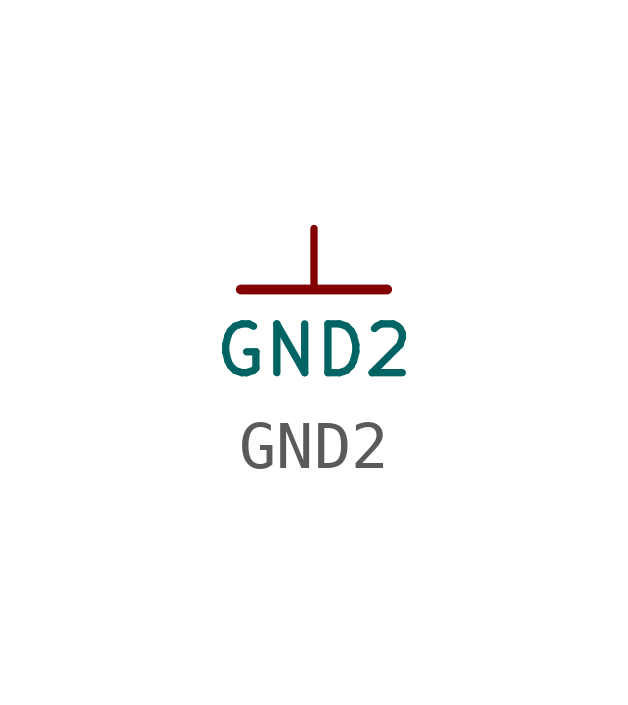
<source format=kicad_sym>
(kicad_symbol_lib
  (version 20241209)
  (generator "kicad_symbol_editor")
  (generator_version "9.0")
  (symbol "GND2"
    (power)
    (pin_numbers
      (hide yes))
    (pin_names
      (offset 0)
      (hide yes))
    (property "Reference" "#PWR"
      (at 0 -1.27 0)
      (effects (font (size 1.016 1.016)) (hide yes)))
    (property "Value" "GND2"
      (at 0 -1.27 0)
      (effects (font (size 1.016 1.016))))
    (symbol "GND2_1_1"
      (polyline (pts (xy -1.524 0) (xy 1.524 0)) (stroke (width 0.203) (type default)) (fill (type none)))
      (pin power_in line (at 0 1.27 270) (length 1.27) (name "GND2" (effects (font (size 1.016 1.016)))) (number "1" (effects (font (size 1.016 1.016))))))))
</source>
